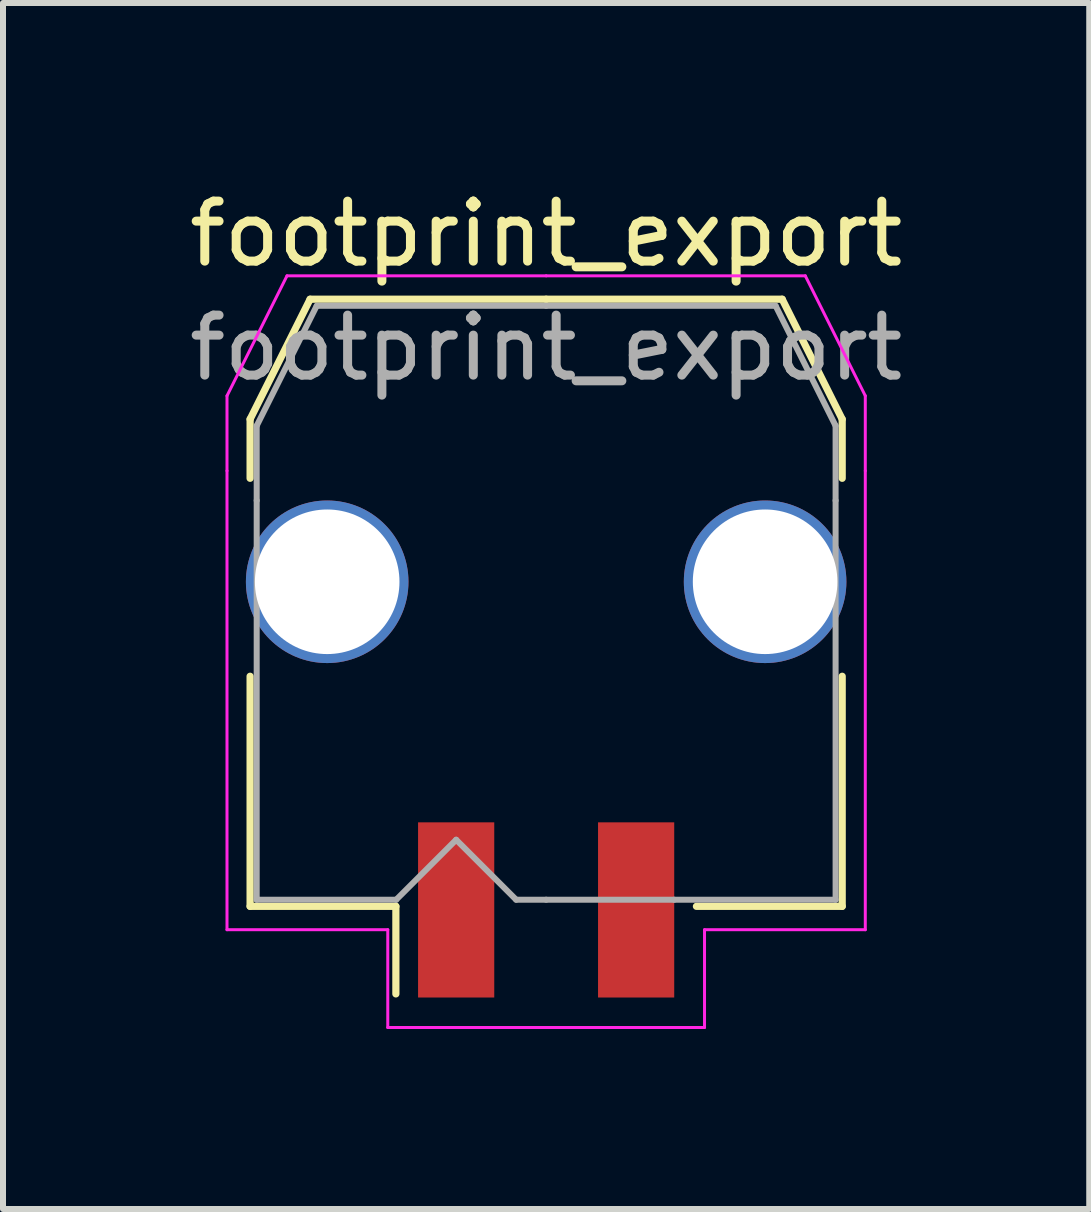
<source format=kicad_pcb>
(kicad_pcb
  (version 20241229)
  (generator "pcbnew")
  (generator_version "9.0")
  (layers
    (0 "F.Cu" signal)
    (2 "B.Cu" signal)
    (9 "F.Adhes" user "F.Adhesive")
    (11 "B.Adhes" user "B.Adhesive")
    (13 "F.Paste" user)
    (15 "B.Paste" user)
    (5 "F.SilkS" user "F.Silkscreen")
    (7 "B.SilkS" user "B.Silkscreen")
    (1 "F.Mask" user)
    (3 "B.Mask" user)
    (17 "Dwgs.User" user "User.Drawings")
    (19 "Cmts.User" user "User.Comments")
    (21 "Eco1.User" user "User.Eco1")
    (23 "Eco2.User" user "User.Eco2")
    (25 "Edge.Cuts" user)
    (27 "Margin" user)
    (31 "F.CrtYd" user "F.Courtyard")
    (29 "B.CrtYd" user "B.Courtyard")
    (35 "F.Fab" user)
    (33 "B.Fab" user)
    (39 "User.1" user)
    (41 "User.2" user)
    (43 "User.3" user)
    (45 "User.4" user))
  (footprint "footprint_export"
    (layer "F.Cu")
    (at 6.054 6.998)
    (property "Reference" "footprint_export" (at 0 -6.15 0) (layer "F.SilkS") (effects (font (size 1 1) (thickness 0.15))))
    (attr smd)
    (fp_line (start -4.935 -3.06) (end -4.935 -2.075) (stroke (width 0.12) (type solid)) (layer "F.SilkS"))
    (fp_line (start -4.935 1.225) (end -4.935 5.06) (stroke (width 0.12) (type solid)) (layer "F.SilkS"))
    (fp_line (start -4.935 5.06) (end -2.505 5.06) (stroke (width 0.12) (type solid)) (layer "F.SilkS"))
    (fp_line (start -3.935 -5.06) (end -4.935 -3.06) (stroke (width 0.12) (type solid)) (layer "F.SilkS"))
    (fp_line (start -2.505 5.06) (end -2.505 6.52) (stroke (width 0.12) (type solid)) (layer "F.SilkS"))
    (fp_line (start 0 -5.06) (end -3.935 -5.06) (stroke (width 0.12) (type solid)) (layer "F.SilkS"))
    (fp_line (start 0 -5.06) (end 3.935 -5.06) (stroke (width 0.12) (type solid)) (layer "F.SilkS"))
    (fp_line (start 3.935 -5.06) (end 4.935 -3.06) (stroke (width 0.12) (type solid)) (layer "F.SilkS"))
    (fp_line (start 4.935 -3.06) (end 4.935 -2.075) (stroke (width 0.12) (type solid)) (layer "F.SilkS"))
    (fp_line (start 4.935 1.225) (end 4.935 5.06) (stroke (width 0.12) (type solid)) (layer "F.SilkS"))
    (fp_line (start 4.935 5.06) (end 2.505 5.06) (stroke (width 0.12) (type solid)) (layer "F.SilkS"))
    (fp_line (start -5.32 -3.45) (end -5.32 -2.2) (stroke (width 0.05) (type solid)) (layer "F.CrtYd"))
    (fp_line (start -5.32 -2.2) (end -5.32 5.45) (stroke (width 0.05) (type solid)) (layer "F.CrtYd"))
    (fp_line (start -5.32 5.45) (end -2.64 5.45) (stroke (width 0.05) (type solid)) (layer "F.CrtYd"))
    (fp_line (start -4.32 -5.45) (end -5.32 -3.45) (stroke (width 0.05) (type solid)) (layer "F.CrtYd"))
    (fp_line (start -2.64 5.45) (end -2.64 7.08) (stroke (width 0.05) (type solid)) (layer "F.CrtYd"))
    (fp_line (start -2.64 7.08) (end 0 7.08) (stroke (width 0.05) (type solid)) (layer "F.CrtYd"))
    (fp_line (start 0 -5.45) (end -4.32 -5.45) (stroke (width 0.05) (type solid)) (layer "F.CrtYd"))
    (fp_line (start 0 -5.45) (end 4.32 -5.45) (stroke (width 0.05) (type solid)) (layer "F.CrtYd"))
    (fp_line (start 2.64 5.45) (end 2.64 7.08) (stroke (width 0.05) (type solid)) (layer "F.CrtYd"))
    (fp_line (start 2.64 7.08) (end 0 7.08) (stroke (width 0.05) (type solid)) (layer "F.CrtYd"))
    (fp_line (start 4.32 -5.45) (end 5.32 -3.45) (stroke (width 0.05) (type solid)) (layer "F.CrtYd"))
    (fp_line (start 5.32 -3.45) (end 5.32 -2.2) (stroke (width 0.05) (type solid)) (layer "F.CrtYd"))
    (fp_line (start 5.32 -2.2) (end 5.32 5.45) (stroke (width 0.05) (type solid)) (layer "F.CrtYd"))
    (fp_line (start 5.32 5.45) (end 2.64 5.45) (stroke (width 0.05) (type solid)) (layer "F.CrtYd"))
    (fp_line (start -4.825 -2.95) (end -4.825 -1.705) (stroke (width 0.1) (type solid)) (layer "F.Fab"))
    (fp_line (start -4.825 -1.705) (end -4.825 4.95) (stroke (width 0.1) (type solid)) (layer "F.Fab"))
    (fp_line (start -4.825 4.95) (end -2.5 4.95) (stroke (width 0.1) (type solid)) (layer "F.Fab"))
    (fp_line (start -3.825 -4.95) (end -4.825 -2.95) (stroke (width 0.1) (type solid)) (layer "F.Fab"))
    (fp_line (start -2.5 4.95) (end -1.5 3.95) (stroke (width 0.1) (type solid)) (layer "F.Fab"))
    (fp_line (start -1.5 3.95) (end -0.5 4.95) (stroke (width 0.1) (type solid)) (layer "F.Fab"))
    (fp_line (start -0.5 4.95) (end 0 4.95) (stroke (width 0.1) (type solid)) (layer "F.Fab"))
    (fp_line (start 0 -4.95) (end -3.825 -4.95) (stroke (width 0.1) (type solid)) (layer "F.Fab"))
    (fp_line (start 0 -4.95) (end 3.825 -4.95) (stroke (width 0.1) (type solid)) (layer "F.Fab"))
    (fp_line (start 2.135 4.95) (end 0 4.95) (stroke (width 0.1) (type solid)) (layer "F.Fab"))
    (fp_line (start 3.825 -4.95) (end 4.825 -2.95) (stroke (width 0.1) (type solid)) (layer "F.Fab"))
    (fp_line (start 4.825 -2.95) (end 4.825 -1.705) (stroke (width 0.1) (type solid)) (layer "F.Fab"))
    (fp_line (start 4.825 -1.705) (end 4.825 4.95) (stroke (width 0.1) (type solid)) (layer "F.Fab"))
    (fp_line (start 4.825 4.95) (end 2.135 4.95) (stroke (width 0.1) (type solid)) (layer "F.Fab"))
    (fp_text user "${REFERENCE}" (at 0 -4.25 0) (layer "F.Fab") (effects (font (size 1 1) (thickness 0.15))))
    (pad "1" smd rect (at -1.5 5.12) (size 1.27 2.92) (layers "F.Cu" "F.Mask" "F.Paste"))
    (pad "2" smd rect (at 1.5 5.12) (size 1.27 2.92) (layers "F.Cu" "F.Mask" "F.Paste"))
    (pad "MP" thru_hole circle (at -3.65 -0.35) (size 2.71 2.71) (drill 2.41) (layers "*.Cu" "*.Mask"))
    (pad "MP" thru_hole circle (at 3.65 -0.35) (size 2.71 2.71) (drill 2.41) (layers "*.Cu" "*.Mask")))
  (gr_rect
    (start -3 -3)
    (end 15.107 17.103)
    (stroke (width 0.1) (type default))
    (fill no)
    (layer "Edge.Cuts")))
</source>
